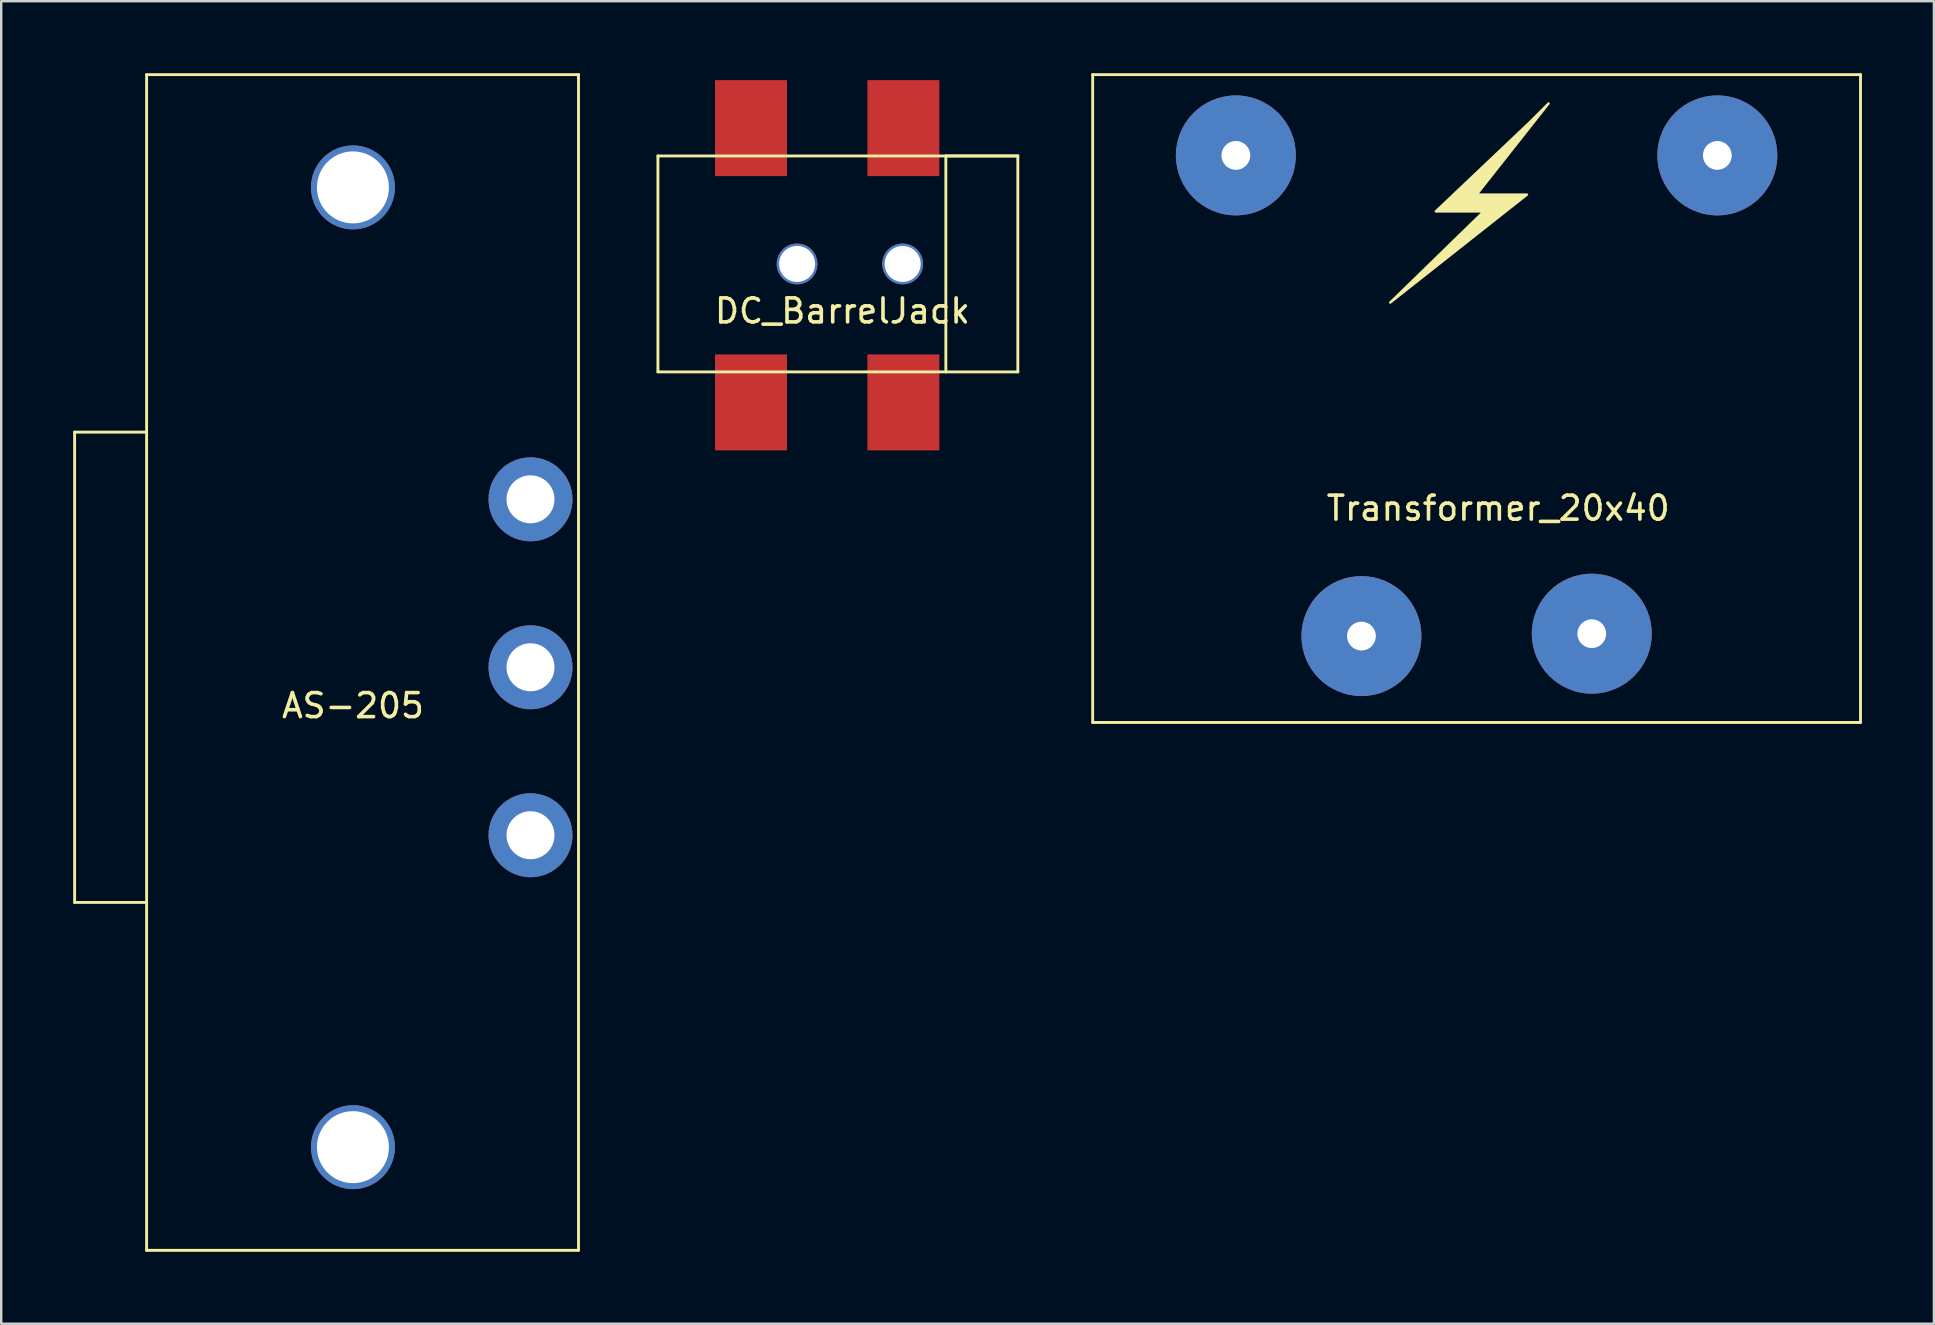
<source format=kicad_pcb>
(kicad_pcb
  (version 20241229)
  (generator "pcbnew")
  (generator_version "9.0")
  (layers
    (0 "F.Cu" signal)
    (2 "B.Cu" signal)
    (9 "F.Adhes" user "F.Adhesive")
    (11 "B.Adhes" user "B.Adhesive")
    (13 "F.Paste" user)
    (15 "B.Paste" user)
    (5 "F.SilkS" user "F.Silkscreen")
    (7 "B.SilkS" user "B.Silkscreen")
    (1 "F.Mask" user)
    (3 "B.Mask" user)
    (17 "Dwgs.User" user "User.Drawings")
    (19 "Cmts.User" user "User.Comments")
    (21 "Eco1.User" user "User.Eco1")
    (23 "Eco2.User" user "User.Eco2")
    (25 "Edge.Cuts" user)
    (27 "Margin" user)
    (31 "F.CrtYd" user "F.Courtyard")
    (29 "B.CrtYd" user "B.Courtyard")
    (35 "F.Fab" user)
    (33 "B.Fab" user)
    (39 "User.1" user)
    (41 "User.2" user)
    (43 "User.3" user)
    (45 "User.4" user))
  (footprint "AS-205"
    (layer "F.Cu")
    (at 11.66 24.76)
    (property "Reference" "AS-205" (at 0 1.6 0) (layer "F.SilkS") (effects (font (size 1 1) (thickness 0.15))))
    (attr through_hole)
    (fp_line (start -11.6 -9.8) (end -11.6 9.8) (stroke (width 0.12) (type solid)) (layer "F.SilkS"))
    (fp_line (start -11.6 9.8) (end -8.6 9.8) (stroke (width 0.12) (type solid)) (layer "F.SilkS"))
    (fp_line (start -8.6 -24.7) (end -8.6 24.3) (stroke (width 0.12) (type solid)) (layer "F.SilkS"))
    (fp_line (start -8.6 -9.8) (end -11.6 -9.8) (stroke (width 0.12) (type solid)) (layer "F.SilkS"))
    (fp_line (start -8.6 24.3) (end 9.4 24.3) (stroke (width 0.12) (type solid)) (layer "F.SilkS"))
    (fp_line (start 9.4 -24.7) (end -8.6 -24.7) (stroke (width 0.12) (type solid)) (layer "F.SilkS"))
    (fp_line (start 9.4 24.3) (end 9.4 -24.7) (stroke (width 0.12) (type solid)) (layer "F.SilkS"))
    (pad "1" thru_hole circle (at 7.4 -7) (size 3.5 3.5) (drill 2) (layers "*.Cu" "*.Mask"))
    (pad "2" thru_hole circle (at 7.4 7) (size 3.5 3.5) (drill 2) (layers "*.Cu" "*.Mask"))
    (pad "3" thru_hole circle (at 7.4 0) (size 3.5 3.5) (drill 2) (layers "*.Cu" "*.Mask"))
    (pad "4" thru_hole circle (at 0 -20) (size 3.5 3.5) (drill 3) (layers "*.Cu" "*.Mask"))
    (pad "4" thru_hole circle (at 0 20) (size 3.5 3.5) (drill 3) (layers "*.Cu" "*.Mask")))
  (footprint "DC_BarrelJack"
    (layer "F.Cu")
    (at 24.37 0.25)
    (property "Reference" "DC_BarrelJack" (at 7.69 9.66 180) (layer "F.SilkS") (effects (font (size 1 1) (thickness 0.15))))
    (attr through_hole)
    (fp_line (start 0 3.2) (end 15 3.2) (stroke (width 0.12) (type solid)) (layer "F.SilkS"))
    (fp_line (start 0 12.2) (end 0 3.2) (stroke (width 0.12) (type solid)) (layer "F.SilkS"))
    (fp_line (start 12 3.2) (end 12 12.2) (stroke (width 0.12) (type solid)) (layer "F.SilkS"))
    (fp_line (start 15 3.2) (end 12 3.2) (stroke (width 0.12) (type solid)) (layer "F.SilkS"))
    (fp_line (start 15 3.2) (end 15 12.2) (stroke (width 0.12) (type solid)) (layer "F.SilkS"))
    (fp_line (start 15 12.2) (end 0 12.2) (stroke (width 0.12) (type solid)) (layer "F.SilkS"))
    (pad "1" smd rect (at 3.88 13.47) (size 3 4) (layers "F.Cu" "F.Mask" "F.Paste"))
    (pad "1" smd rect (at 10.23 13.47) (size 3 4) (layers "F.Cu" "F.Mask" "F.Paste"))
    (pad "2" smd rect (at 10.23 2.04) (size 3 4) (layers "F.Cu" "F.Mask" "F.Paste"))
    (pad "3" smd rect (at 3.88 2.04) (size 3 4) (layers "F.Cu" "F.Mask" "F.Paste"))
    (pad "4" thru_hole circle (at 10.2 7.7) (size 1.7 1.7) (drill 1.5) (layers "*.Cu" "*.Mask"))
    (pad "5" thru_hole circle (at 5.8 7.7) (size 1.7 1.7) (drill 1.5) (layers "*.Cu" "*.Mask")))
  (footprint "Transformer_20x40"
    (layer "F.Cu")
    (at 58.49 13.46)
    (property "Reference" "Transformer_20x40" (at 0.9 4.67 0) (layer "F.SilkS") (effects (font (size 1 1) (thickness 0.15))))
    (attr through_hole)
    (fp_line (start -16 -13.4) (end 16 -13.4) (stroke (width 0.12) (type solid)) (layer "F.SilkS"))
    (fp_line (start -16 13.6) (end -16 -13.4) (stroke (width 0.12) (type solid)) (layer "F.SilkS"))
    (fp_line (start 16 -13.4) (end 16 13.6) (stroke (width 0.12) (type solid)) (layer "F.SilkS"))
    (fp_line (start 16 13.6) (end -16 13.6) (stroke (width 0.12) (type solid)) (layer "F.SilkS"))
    (fp_poly (pts (xy 0 -8.4) (xy 2.1 -8.4) (xy -3.6 -3.9) (xy 0.3 -7.7) (xy -1.7 -7.7) (xy 2.2 -11.4) (xy 3 -12.2)) (stroke (width 0.1) (type solid)) (fill yes) (layer "F.SilkS"))
    (pad "1" thru_hole circle (at -10.033 -10.033) (size 5 5) (drill 1.2) (layers "*.Cu" "*.Mask"))
    (pad "2" thru_hole circle (at 10.033 -10.033) (size 5 5) (drill 1.2) (layers "*.Cu" "*.Mask"))
    (pad "3" thru_hole circle (at -4.8 10) (size 5 5) (drill 1.2) (layers "*.Cu" "*.Mask"))
    (pad "4" thru_hole circle (at 4.8 9.9) (size 5 5) (drill 1.2) (layers "*.Cu" "*.Mask")))
  (gr_rect
    (start -3 -3)
    (end 77.55 52.12)
    (stroke (width 0.1) (type default))
    (fill no)
    (layer "Edge.Cuts")))
</source>
